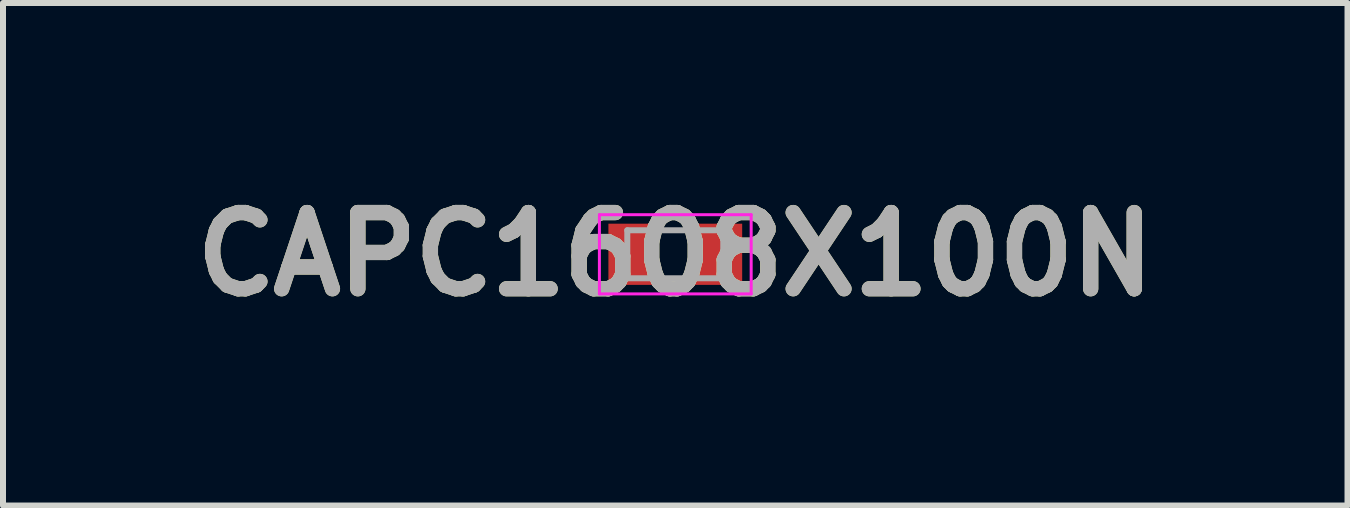
<source format=kicad_pcb>
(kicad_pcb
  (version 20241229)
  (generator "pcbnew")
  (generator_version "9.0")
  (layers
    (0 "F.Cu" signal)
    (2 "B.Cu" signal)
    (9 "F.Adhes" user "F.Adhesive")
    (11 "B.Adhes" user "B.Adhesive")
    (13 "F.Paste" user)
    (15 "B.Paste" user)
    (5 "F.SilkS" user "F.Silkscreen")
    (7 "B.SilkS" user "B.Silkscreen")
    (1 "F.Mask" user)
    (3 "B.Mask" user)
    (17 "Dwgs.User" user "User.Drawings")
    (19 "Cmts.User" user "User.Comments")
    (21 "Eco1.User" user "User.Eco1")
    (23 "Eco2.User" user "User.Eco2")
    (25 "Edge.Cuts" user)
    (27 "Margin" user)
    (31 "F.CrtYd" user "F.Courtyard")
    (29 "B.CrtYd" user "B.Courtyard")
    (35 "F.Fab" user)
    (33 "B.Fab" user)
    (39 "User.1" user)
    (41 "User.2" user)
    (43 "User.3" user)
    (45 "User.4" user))
  (footprint "CAPC1608X100N"
    (layer "F.Cu")
    (at 8.207 1.189)
    (property "Reference" "CAPC1608X100N" (at 0 0 0) (layer "F.SilkS") (effects (font (size 1.27 1.27) (thickness 0.254))))
    (attr smd)
    (fp_line (start -1.265 -0.66) (end 1.265 -0.66) (stroke (width 0.05) (type solid)) (layer "F.CrtYd"))
    (fp_line (start -1.265 0.66) (end -1.265 -0.66) (stroke (width 0.05) (type solid)) (layer "F.CrtYd"))
    (fp_line (start 1.265 -0.66) (end 1.265 0.66) (stroke (width 0.05) (type solid)) (layer "F.CrtYd"))
    (fp_line (start 1.265 0.66) (end -1.265 0.66) (stroke (width 0.05) (type solid)) (layer "F.CrtYd"))
    (fp_line (start -0.8 -0.4) (end 0.8 -0.4) (stroke (width 0.1) (type solid)) (layer "F.Fab"))
    (fp_line (start -0.8 0.4) (end -0.8 -0.4) (stroke (width 0.1) (type solid)) (layer "F.Fab"))
    (fp_line (start 0.8 -0.4) (end 0.8 0.4) (stroke (width 0.1) (type solid)) (layer "F.Fab"))
    (fp_line (start 0.8 0.4) (end -0.8 0.4) (stroke (width 0.1) (type solid)) (layer "F.Fab"))
    (fp_text user "${REFERENCE}" (at 0 0 0) (layer "F.Fab") (effects (font (size 1.27 1.27) (thickness 0.254))))
    (pad "1" smd rect (at -0.72 0) (size 0.79 1.02) (layers "F.Cu" "F.Mask" "F.Paste"))
    (pad "2" smd rect (at 0.72 0) (size 0.79 1.02) (layers "F.Cu" "F.Mask" "F.Paste")))
  (gr_rect
    (start -3 -3)
    (end 19.413 5.377)
    (stroke (width 0.1) (type default))
    (fill no)
    (layer "Edge.Cuts")))
</source>
